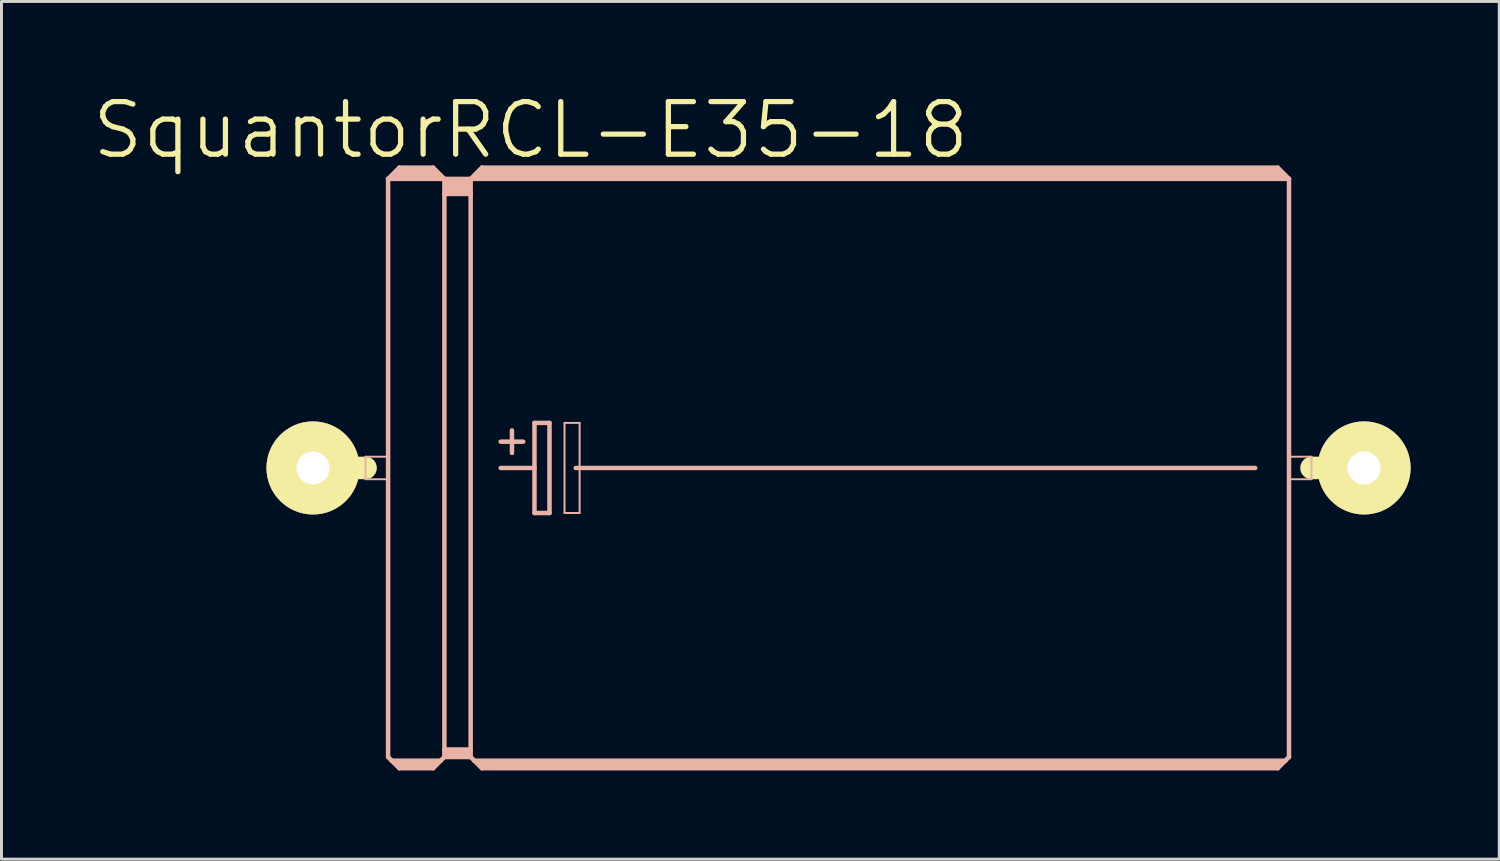
<source format=kicad_pcb>
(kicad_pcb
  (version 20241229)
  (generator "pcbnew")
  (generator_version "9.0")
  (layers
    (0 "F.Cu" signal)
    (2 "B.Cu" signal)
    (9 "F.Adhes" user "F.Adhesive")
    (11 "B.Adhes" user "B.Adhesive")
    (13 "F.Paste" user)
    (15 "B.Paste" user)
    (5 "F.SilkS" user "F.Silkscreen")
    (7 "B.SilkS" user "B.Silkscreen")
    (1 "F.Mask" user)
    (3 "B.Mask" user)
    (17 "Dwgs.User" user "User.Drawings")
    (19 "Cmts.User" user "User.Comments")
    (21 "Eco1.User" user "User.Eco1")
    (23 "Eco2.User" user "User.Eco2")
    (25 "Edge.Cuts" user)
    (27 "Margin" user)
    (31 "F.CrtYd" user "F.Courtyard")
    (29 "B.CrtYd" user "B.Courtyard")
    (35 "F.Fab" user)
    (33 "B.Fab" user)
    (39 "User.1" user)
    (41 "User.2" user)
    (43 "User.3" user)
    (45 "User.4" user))
  (footprint "SquantorRCL-E35-18"
    (layer "F.Cu")
    (at 25.32 12.782)
    (property "Reference" "SquantorRCL-E35-18" (at -10.414 -11.43 0) (layer "F.SilkS") (effects (font (size 1.778 1.778) (thickness 0.178))))
    (attr exclude_from_pos_files exclude_from_bom)
    (fp_line (start -17.78 0) (end -16.002 0) (stroke (width 0.762) (type solid)) (layer "F.SilkS"))
    (fp_line (start 17.78 0) (end 16.002 0) (stroke (width 0.762) (type solid)) (layer "F.SilkS"))
    (fp_line (start -16.002 -0.381) (end -15.24 -0.381) (stroke (width 0.066) (type solid)) (layer "B.SilkS"))
    (fp_line (start -16.002 0.381) (end -16.002 -0.381) (stroke (width 0.066) (type solid)) (layer "B.SilkS"))
    (fp_line (start -16.002 0.381) (end -15.24 0.381) (stroke (width 0.066) (type solid)) (layer "B.SilkS"))
    (fp_line (start -15.24 -9.779) (end -15.24 9.779) (stroke (width 0.152) (type solid)) (layer "B.SilkS"))
    (fp_line (start -15.24 -9.779) (end -14.859 -10.16) (stroke (width 0.152) (type solid)) (layer "B.SilkS"))
    (fp_line (start -15.24 -9.779) (end -13.335 -9.779) (stroke (width 0.152) (type solid)) (layer "B.SilkS"))
    (fp_line (start -15.24 0.381) (end -15.24 -0.381) (stroke (width 0.066) (type solid)) (layer "B.SilkS"))
    (fp_line (start -15.24 9.779) (end -15.113 9.906) (stroke (width 0.152) (type solid)) (layer "B.SilkS"))
    (fp_line (start -15.113 9.906) (end -14.859 10.16) (stroke (width 0.152) (type solid)) (layer "B.SilkS"))
    (fp_line (start -15.113 9.906) (end -13.462 9.906) (stroke (width 0.152) (type solid)) (layer "B.SilkS"))
    (fp_line (start -14.986 -9.906) (end -13.589 -9.906) (stroke (width 0.305) (type solid)) (layer "B.SilkS"))
    (fp_line (start -14.859 -10.16) (end -13.716 -10.16) (stroke (width 0.152) (type solid)) (layer "B.SilkS"))
    (fp_line (start -14.859 -10.033) (end -13.716 -10.033) (stroke (width 0.305) (type solid)) (layer "B.SilkS"))
    (fp_line (start -14.859 10.033) (end -13.716 10.033) (stroke (width 0.305) (type solid)) (layer "B.SilkS"))
    (fp_line (start -14.859 10.16) (end -13.716 10.16) (stroke (width 0.152) (type solid)) (layer "B.SilkS"))
    (fp_line (start -13.462 9.906) (end -13.716 10.16) (stroke (width 0.152) (type solid)) (layer "B.SilkS"))
    (fp_line (start -13.335 -9.779) (end -13.716 -10.16) (stroke (width 0.152) (type solid)) (layer "B.SilkS"))
    (fp_line (start -13.335 -9.779) (end -13.335 -9.271) (stroke (width 0.152) (type solid)) (layer "B.SilkS"))
    (fp_line (start -13.335 -9.779) (end -12.446 -9.779) (stroke (width 0.152) (type solid)) (layer "B.SilkS"))
    (fp_line (start -13.335 -9.271) (end -13.335 9.525) (stroke (width 0.152) (type solid)) (layer "B.SilkS"))
    (fp_line (start -13.335 -9.271) (end -12.446 -9.271) (stroke (width 0.152) (type solid)) (layer "B.SilkS"))
    (fp_line (start -13.335 9.525) (end -13.335 9.779) (stroke (width 0.152) (type solid)) (layer "B.SilkS"))
    (fp_line (start -13.335 9.525) (end -12.446 9.525) (stroke (width 0.152) (type solid)) (layer "B.SilkS"))
    (fp_line (start -13.335 9.779) (end -13.462 9.906) (stroke (width 0.152) (type solid)) (layer "B.SilkS"))
    (fp_line (start -13.335 9.779) (end -12.446 9.779) (stroke (width 0.152) (type solid)) (layer "B.SilkS"))
    (fp_line (start -13.208 -9.652) (end -12.573 -9.652) (stroke (width 0.305) (type solid)) (layer "B.SilkS"))
    (fp_line (start -13.208 -9.398) (end -12.573 -9.398) (stroke (width 0.305) (type solid)) (layer "B.SilkS"))
    (fp_line (start -13.208 9.652) (end -12.573 9.652) (stroke (width 0.305) (type solid)) (layer "B.SilkS"))
    (fp_line (start -12.446 -9.779) (end -12.446 -9.271) (stroke (width 0.152) (type solid)) (layer "B.SilkS"))
    (fp_line (start -12.446 -9.779) (end -12.065 -10.16) (stroke (width 0.152) (type solid)) (layer "B.SilkS"))
    (fp_line (start -12.446 -9.779) (end 15.24 -9.779) (stroke (width 0.152) (type solid)) (layer "B.SilkS"))
    (fp_line (start -12.446 -9.271) (end -12.446 9.525) (stroke (width 0.152) (type solid)) (layer "B.SilkS"))
    (fp_line (start -12.446 9.525) (end -12.446 9.779) (stroke (width 0.152) (type solid)) (layer "B.SilkS"))
    (fp_line (start -12.319 9.906) (end -12.446 9.779) (stroke (width 0.152) (type solid)) (layer "B.SilkS"))
    (fp_line (start -12.319 9.906) (end 15.113 9.906) (stroke (width 0.152) (type solid)) (layer "B.SilkS"))
    (fp_line (start -12.192 -9.906) (end 14.986 -9.906) (stroke (width 0.305) (type solid)) (layer "B.SilkS"))
    (fp_line (start -12.065 -10.033) (end 14.859 -10.033) (stroke (width 0.305) (type solid)) (layer "B.SilkS"))
    (fp_line (start -12.065 10.033) (end 14.859 10.033) (stroke (width 0.305) (type solid)) (layer "B.SilkS"))
    (fp_line (start -12.065 10.16) (end -12.319 9.906) (stroke (width 0.152) (type solid)) (layer "B.SilkS"))
    (fp_line (start -11.43 -0.889) (end -10.668 -0.889) (stroke (width 0.152) (type solid)) (layer "B.SilkS"))
    (fp_line (start -11.43 0) (end -10.287 0) (stroke (width 0.152) (type solid)) (layer "B.SilkS"))
    (fp_line (start -11.049 -1.27) (end -11.049 -0.508) (stroke (width 0.152) (type solid)) (layer "B.SilkS"))
    (fp_line (start -10.287 -1.524) (end -10.287 0) (stroke (width 0.152) (type solid)) (layer "B.SilkS"))
    (fp_line (start -10.287 0) (end -10.287 1.524) (stroke (width 0.152) (type solid)) (layer "B.SilkS"))
    (fp_line (start -10.287 1.524) (end -9.779 1.524) (stroke (width 0.152) (type solid)) (layer "B.SilkS"))
    (fp_line (start -9.779 -1.524) (end -10.287 -1.524) (stroke (width 0.152) (type solid)) (layer "B.SilkS"))
    (fp_line (start -9.779 1.524) (end -9.779 -1.524) (stroke (width 0.152) (type solid)) (layer "B.SilkS"))
    (fp_line (start -9.271 -1.524) (end -8.76 -1.524) (stroke (width 0.066) (type solid)) (layer "B.SilkS"))
    (fp_line (start -9.271 1.524) (end -9.271 -1.524) (stroke (width 0.066) (type solid)) (layer "B.SilkS"))
    (fp_line (start -9.271 1.524) (end -8.76 1.524) (stroke (width 0.066) (type solid)) (layer "B.SilkS"))
    (fp_line (start -8.89 0) (end 14.097 0) (stroke (width 0.152) (type solid)) (layer "B.SilkS"))
    (fp_line (start -8.76 1.524) (end -8.76 -1.524) (stroke (width 0.066) (type solid)) (layer "B.SilkS"))
    (fp_line (start 14.859 -10.16) (end -12.065 -10.16) (stroke (width 0.152) (type solid)) (layer "B.SilkS"))
    (fp_line (start 14.859 10.16) (end -12.065 10.16) (stroke (width 0.152) (type solid)) (layer "B.SilkS"))
    (fp_line (start 15.113 9.906) (end 14.859 10.16) (stroke (width 0.152) (type solid)) (layer "B.SilkS"))
    (fp_line (start 15.24 -9.779) (end 14.859 -10.16) (stroke (width 0.152) (type solid)) (layer "B.SilkS"))
    (fp_line (start 15.24 -9.779) (end 15.24 9.779) (stroke (width 0.152) (type solid)) (layer "B.SilkS"))
    (fp_line (start 15.24 -0.381) (end 16.002 -0.381) (stroke (width 0.066) (type solid)) (layer "B.SilkS"))
    (fp_line (start 15.24 0.381) (end 15.24 -0.381) (stroke (width 0.066) (type solid)) (layer "B.SilkS"))
    (fp_line (start 15.24 0.381) (end 16.002 0.381) (stroke (width 0.066) (type solid)) (layer "B.SilkS"))
    (fp_line (start 15.24 9.779) (end 15.113 9.906) (stroke (width 0.152) (type solid)) (layer "B.SilkS"))
    (fp_line (start 16.002 0.381) (end 16.002 -0.381) (stroke (width 0.066) (type solid)) (layer "B.SilkS"))
    (pad "+" thru_hole circle (at -17.78 0) (size 3.15 3.15) (drill 1.118) (layers "*.Cu" "F.Mask" "F.SilkS" "F.Paste"))
    (pad "-" thru_hole circle (at 17.78 0) (size 3.15 3.15) (drill 1.118) (layers "*.Cu" "F.Mask" "F.SilkS" "F.Paste")))
  (gr_rect
    (start -3 -3)
    (end 47.674 26.018)
    (stroke (width 0.1) (type default))
    (fill no)
    (layer "Edge.Cuts")))
</source>
